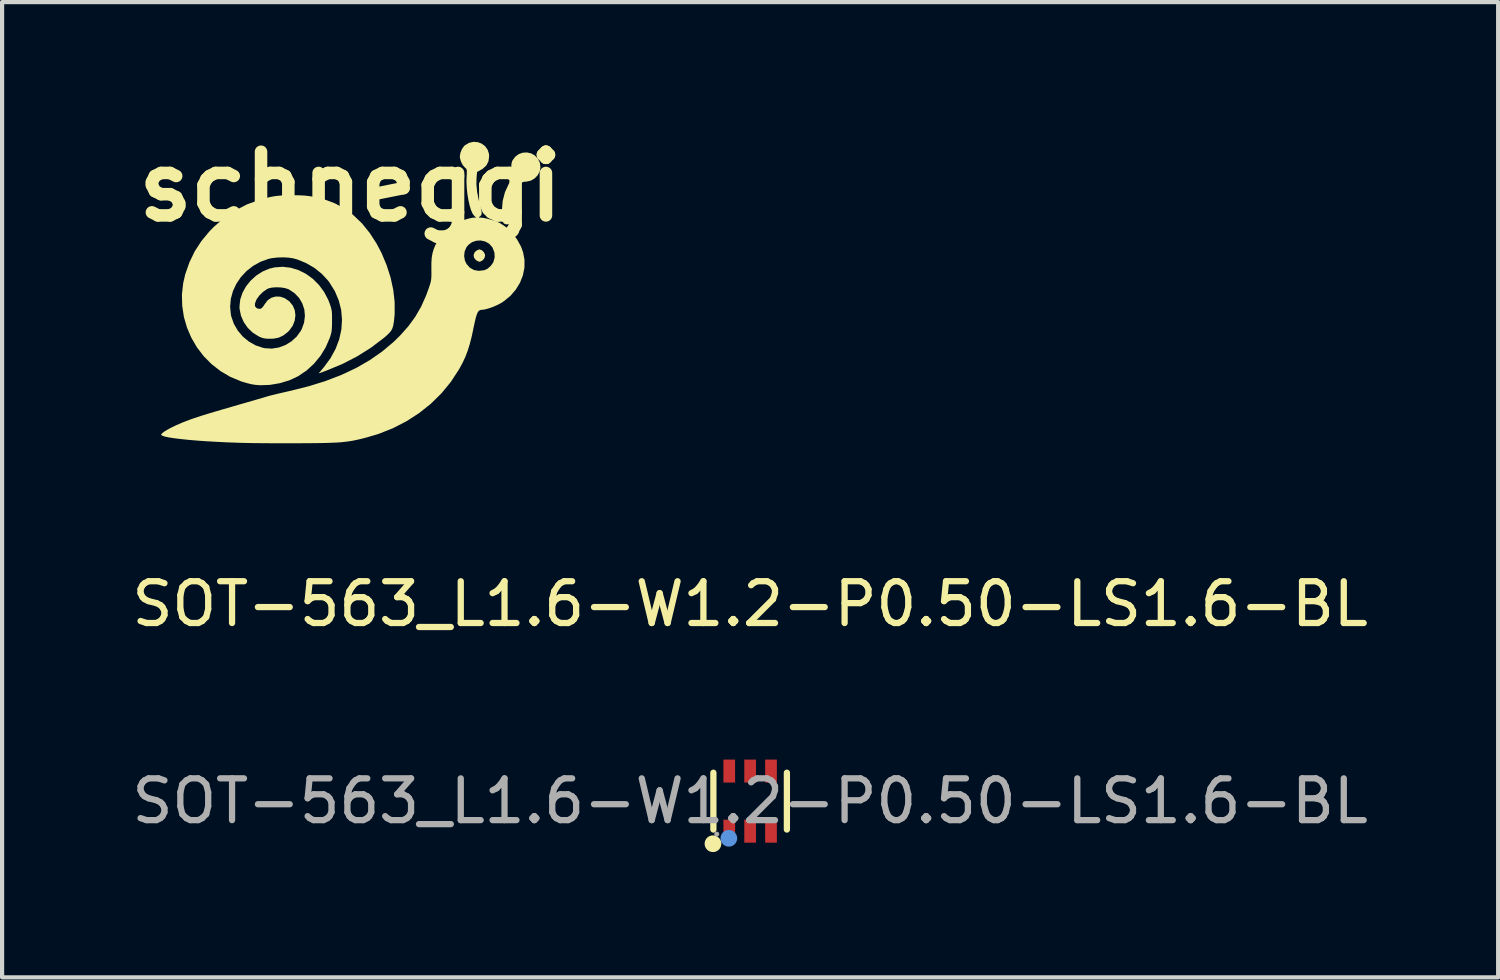
<source format=kicad_pcb>
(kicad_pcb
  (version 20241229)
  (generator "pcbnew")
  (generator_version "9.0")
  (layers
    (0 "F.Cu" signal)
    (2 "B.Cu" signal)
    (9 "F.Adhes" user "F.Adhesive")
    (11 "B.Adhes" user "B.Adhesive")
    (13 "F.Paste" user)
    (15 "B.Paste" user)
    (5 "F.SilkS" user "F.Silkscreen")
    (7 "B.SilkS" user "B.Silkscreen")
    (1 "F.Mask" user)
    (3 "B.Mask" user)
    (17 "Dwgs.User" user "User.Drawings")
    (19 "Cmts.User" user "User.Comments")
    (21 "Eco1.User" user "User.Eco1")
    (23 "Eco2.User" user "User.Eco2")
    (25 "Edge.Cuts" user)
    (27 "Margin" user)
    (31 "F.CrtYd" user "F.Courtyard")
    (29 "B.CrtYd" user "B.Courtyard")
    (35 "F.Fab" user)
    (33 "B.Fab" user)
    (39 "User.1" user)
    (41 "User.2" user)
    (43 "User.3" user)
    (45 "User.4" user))
  (footprint "schneggi"
    (layer "F.Cu")
    (at 5.341 3.958)
    (property "Reference" "schneggi" (at 0 -2.54 0) (layer "F.SilkS") (effects (font (size 1.524 1.524) (thickness 0.3))))
    (attr board_only exclude_from_pos_files exclude_from_bom)
    (fp_poly (pts (xy 3.144 -1.018) (xy 3.192 -0.974) (xy 3.221 -0.915) (xy 3.224 -0.889) (xy 3.208 -0.828) (xy 3.166 -0.776) (xy 3.112 -0.746) (xy 3.087 -0.742) (xy 3.049 -0.754) (xy 3.003 -0.782) (xy 3.002 -0.783) (xy 2.959 -0.838) (xy 2.949 -0.903) (xy 2.973 -0.964) (xy 3.002 -0.995) (xy 3.047 -1.023) (xy 3.086 -1.036) (xy 3.087 -1.036)) (stroke (width 0) (type solid)) (fill yes) (layer "F.SilkS"))
    (fp_poly (pts (xy 4.324 -3.336) (xy 4.413 -3.287) (xy 4.486 -3.21) (xy 4.534 -3.113) (xy 4.55 -3.007) (xy 4.532 -2.905) (xy 4.484 -2.813) (xy 4.412 -2.737) (xy 4.321 -2.683) (xy 4.214 -2.659) (xy 4.191 -2.658) (xy 4.144 -2.654) (xy 4.111 -2.639) (xy 4.079 -2.605) (xy 4.048 -2.562) (xy 3.953 -2.389) (xy 3.89 -2.198) (xy 3.86 -1.997) (xy 3.862 -1.84) (xy 3.865 -1.755) (xy 3.858 -1.701) (xy 3.846 -1.677) (xy 3.792 -1.64) (xy 3.728 -1.636) (xy 3.697 -1.646) (xy 3.668 -1.666) (xy 3.647 -1.699) (xy 3.634 -1.751) (xy 3.628 -1.828) (xy 3.626 -1.935) (xy 3.626 -1.973) (xy 3.645 -2.196) (xy 3.699 -2.405) (xy 3.787 -2.596) (xy 3.864 -2.713) (xy 3.894 -2.757) (xy 3.902 -2.788) (xy 3.891 -2.824) (xy 3.881 -2.846) (xy 3.858 -2.922) (xy 3.85 -3.012) (xy 3.857 -3.099) (xy 3.877 -3.161) (xy 3.944 -3.254) (xy 4.029 -3.318) (xy 4.126 -3.352) (xy 4.226 -3.358)) (stroke (width 0) (type solid)) (fill yes) (layer "F.SilkS"))
    (fp_poly (pts (xy -1.232 -2.332) (xy -1.084 -2.324) (xy -0.951 -2.308) (xy -0.819 -2.284) (xy -0.679 -2.249) (xy -0.626 -2.234) (xy -0.378 -2.142) (xy -0.144 -2.015) (xy 0.075 -1.852) (xy 0.278 -1.657) (xy 0.463 -1.428) (xy 0.63 -1.168) (xy 0.743 -0.953) (xy 0.866 -0.66) (xy 0.961 -0.364) (xy 1.025 -0.069) (xy 1.058 0.218) (xy 1.059 0.494) (xy 1.054 0.563) (xy 1.041 0.687) (xy 1.026 0.78) (xy 1.005 0.852) (xy 0.974 0.912) (xy 0.927 0.968) (xy 0.862 1.03) (xy 0.796 1.086) (xy 0.493 1.316) (xy 0.16 1.525) (xy -0.199 1.71) (xy -0.582 1.868) (xy -0.62 1.882) (xy -0.761 1.933) (xy -0.636 1.784) (xy -0.478 1.569) (xy -0.355 1.344) (xy -0.268 1.114) (xy -0.217 0.88) (xy -0.202 0.645) (xy -0.222 0.413) (xy -0.28 0.185) (xy -0.373 -0.036) (xy -0.504 -0.246) (xy -0.541 -0.296) (xy -0.689 -0.454) (xy -0.864 -0.594) (xy -1.059 -0.708) (xy -1.266 -0.793) (xy -1.368 -0.822) (xy -1.479 -0.839) (xy -1.612 -0.846) (xy -1.751 -0.842) (xy -1.88 -0.827) (xy -1.954 -0.812) (xy -2.15 -0.742) (xy -2.328 -0.643) (xy -2.486 -0.52) (xy -2.622 -0.375) (xy -2.731 -0.214) (xy -2.813 -0.039) (xy -2.864 0.145) (xy -2.881 0.334) (xy -2.863 0.524) (xy -2.854 0.567) (xy -2.792 0.745) (xy -2.698 0.907) (xy -2.577 1.051) (xy -2.432 1.17) (xy -2.27 1.262) (xy -2.094 1.32) (xy -2.051 1.329) (xy -1.883 1.339) (xy -1.717 1.313) (xy -1.558 1.254) (xy -1.413 1.166) (xy -1.288 1.052) (xy -1.189 0.915) (xy -1.166 0.872) (xy -1.11 0.716) (xy -1.09 0.558) (xy -1.104 0.404) (xy -1.152 0.258) (xy -1.23 0.125) (xy -1.338 0.012) (xy -1.473 -0.078) (xy -1.483 -0.083) (xy -1.563 -0.109) (xy -1.663 -0.125) (xy -1.771 -0.13) (xy -1.874 -0.123) (xy -1.959 -0.104) (xy -1.989 -0.091) (xy -2.089 -0.023) (xy -2.179 0.065) (xy -2.247 0.16) (xy -2.258 0.183) (xy -2.287 0.265) (xy -2.285 0.324) (xy -2.252 0.364) (xy -2.219 0.38) (xy -2.168 0.389) (xy -2.124 0.37) (xy -2.082 0.321) (xy -2.054 0.276) (xy -1.983 0.182) (xy -1.893 0.121) (xy -1.791 0.092) (xy -1.682 0.095) (xy -1.573 0.132) (xy -1.469 0.203) (xy -1.459 0.212) (xy -1.379 0.311) (xy -1.332 0.424) (xy -1.318 0.546) (xy -1.335 0.671) (xy -1.383 0.792) (xy -1.462 0.903) (xy -1.505 0.946) (xy -1.61 1.026) (xy -1.716 1.076) (xy -1.836 1.1) (xy -1.925 1.103) (xy -2.014 1.101) (xy -2.081 1.091) (xy -2.143 1.071) (xy -2.198 1.046) (xy -2.339 0.957) (xy -2.46 0.841) (xy -2.555 0.703) (xy -2.621 0.552) (xy -2.654 0.392) (xy -2.657 0.331) (xy -2.639 0.165) (xy -2.585 0.003) (xy -2.501 -0.15) (xy -2.39 -0.288) (xy -2.257 -0.409) (xy -2.106 -0.506) (xy -1.94 -0.576) (xy -1.815 -0.606) (xy -1.621 -0.62) (xy -1.428 -0.597) (xy -1.242 -0.54) (xy -1.065 -0.451) (xy -0.902 -0.333) (xy -0.757 -0.189) (xy -0.632 -0.02) (xy -0.532 0.17) (xy -0.5 0.252) (xy -0.475 0.325) (xy -0.458 0.386) (xy -0.447 0.445) (xy -0.442 0.514) (xy -0.441 0.605) (xy -0.441 0.674) (xy -0.442 0.785) (xy -0.446 0.868) (xy -0.454 0.935) (xy -0.468 0.997) (xy -0.489 1.064) (xy -0.496 1.084) (xy -0.593 1.309) (xy -0.721 1.517) (xy -0.876 1.704) (xy -1.054 1.866) (xy -1.251 1.999) (xy -1.462 2.098) (xy -1.695 2.168) (xy -1.932 2.208) (xy -2.164 2.216) (xy -2.284 2.206) (xy -2.368 2.192) (xy -2.472 2.167) (xy -2.577 2.137) (xy -2.619 2.123) (xy -2.876 2.016) (xy -3.112 1.877) (xy -3.325 1.711) (xy -3.513 1.521) (xy -3.675 1.31) (xy -3.809 1.08) (xy -3.914 0.836) (xy -3.988 0.58) (xy -4.028 0.315) (xy -4.035 0.045) (xy -4.005 -0.228) (xy -3.955 -0.444) (xy -3.855 -0.728) (xy -3.728 -0.991) (xy -3.568 -1.237) (xy -3.375 -1.47) (xy -3.273 -1.574) (xy -3.032 -1.785) (xy -2.768 -1.964) (xy -2.484 -2.111) (xy -2.18 -2.224) (xy -1.933 -2.288) (xy -1.836 -2.307) (xy -1.741 -2.32) (xy -1.637 -2.328) (xy -1.514 -2.332) (xy -1.407 -2.333)) (stroke (width 0) (type solid)) (fill yes) (layer "F.SilkS"))
    (fp_poly (pts (xy 3.049 -3.604) (xy 3.144 -3.568) (xy 3.224 -3.508) (xy 3.284 -3.425) (xy 3.317 -3.323) (xy 3.321 -3.265) (xy 3.305 -3.147) (xy 3.255 -3.048) (xy 3.171 -2.969) (xy 3.129 -2.944) (xy 3.032 -2.891) (xy 3.019 -2.75) (xy 3.016 -2.591) (xy 3.034 -2.411) (xy 3.071 -2.22) (xy 3.098 -2.118) (xy 3.126 -2.014) (xy 3.141 -1.94) (xy 3.142 -1.89) (xy 3.13 -1.855) (xy 3.104 -1.829) (xy 3.102 -1.828) (xy 3.074 -1.807) (xy 3.078 -1.799) (xy 3.117 -1.798) (xy 3.119 -1.798) (xy 3.19 -1.79) (xy 3.284 -1.77) (xy 3.387 -1.741) (xy 3.486 -1.708) (xy 3.568 -1.673) (xy 3.581 -1.666) (xy 3.732 -1.565) (xy 3.869 -1.433) (xy 3.988 -1.278) (xy 4.082 -1.108) (xy 4.134 -0.967) (xy 4.168 -0.784) (xy 4.166 -0.599) (xy 4.129 -0.416) (xy 4.06 -0.239) (xy 3.96 -0.075) (xy 3.832 0.074) (xy 3.677 0.202) (xy 3.599 0.252) (xy 3.504 0.301) (xy 3.399 0.346) (xy 3.294 0.381) (xy 3.202 0.404) (xy 3.145 0.41) (xy 3.107 0.416) (xy 3.075 0.434) (xy 3.047 0.471) (xy 3.022 0.531) (xy 2.997 0.617) (xy 2.97 0.735) (xy 2.951 0.824) (xy 2.906 1.039) (xy 2.859 1.223) (xy 2.809 1.385) (xy 2.753 1.533) (xy 2.687 1.675) (xy 2.609 1.82) (xy 2.596 1.842) (xy 2.402 2.138) (xy 2.177 2.412) (xy 1.923 2.661) (xy 1.643 2.884) (xy 1.339 3.08) (xy 1.013 3.247) (xy 0.667 3.384) (xy 0.381 3.468) (xy 0.268 3.497) (xy 0.167 3.521) (xy 0.071 3.541) (xy -0.022 3.557) (xy -0.119 3.57) (xy -0.223 3.581) (xy -0.339 3.589) (xy -0.471 3.594) (xy -0.625 3.599) (xy -0.804 3.602) (xy -1.014 3.604) (xy -1.241 3.605) (xy -1.451 3.606) (xy -1.667 3.606) (xy -1.882 3.605) (xy -2.09 3.604) (xy -2.284 3.602) (xy -2.456 3.599) (xy -2.6 3.596) (xy -2.667 3.594) (xy -2.943 3.584) (xy -3.205 3.571) (xy -3.451 3.557) (xy -3.678 3.541) (xy -3.884 3.523) (xy -4.066 3.504) (xy -4.221 3.485) (xy -4.348 3.465) (xy -4.444 3.445) (xy -4.506 3.424) (xy -4.532 3.404) (xy -4.533 3.4) (xy -4.515 3.371) (xy -4.466 3.331) (xy -4.389 3.284) (xy -4.29 3.23) (xy -4.174 3.174) (xy -4.044 3.118) (xy -4.011 3.104) (xy -3.928 3.072) (xy -3.844 3.04) (xy -3.756 3.009) (xy -3.658 2.976) (xy -3.546 2.94) (xy -3.416 2.9) (xy -3.263 2.854) (xy -3.082 2.801) (xy -2.87 2.74) (xy -2.814 2.723) (xy -2.648 2.675) (xy -2.489 2.629) (xy -2.342 2.587) (xy -2.213 2.549) (xy -2.106 2.518) (xy -2.026 2.494) (xy -1.978 2.48) (xy -1.977 2.48) (xy -1.92 2.464) (xy -1.833 2.442) (xy -1.724 2.416) (xy -1.6 2.387) (xy -1.472 2.358) (xy -1.455 2.354) (xy -1.007 2.242) (xy -0.592 2.113) (xy -0.21 1.966) (xy 0.142 1.8) (xy 0.464 1.614) (xy 0.76 1.408) (xy 1.03 1.181) (xy 1.184 1.031) (xy 1.384 0.807) (xy 1.551 0.579) (xy 1.691 0.337) (xy 1.809 0.073) (xy 1.87 -0.093) (xy 1.899 -0.179) (xy 1.919 -0.246) (xy 1.931 -0.305) (xy 1.937 -0.368) (xy 1.939 -0.445) (xy 1.938 -0.548) (xy 1.938 -0.567) (xy 1.938 -0.719) (xy 1.947 -0.844) (xy 1.953 -0.878) (xy 2.722 -0.878) (xy 2.741 -0.768) (xy 2.779 -0.688) (xy 2.859 -0.598) (xy 2.957 -0.543) (xy 3.072 -0.523) (xy 3.202 -0.538) (xy 3.214 -0.541) (xy 3.285 -0.576) (xy 3.354 -0.636) (xy 3.41 -0.711) (xy 3.424 -0.738) (xy 3.454 -0.852) (xy 3.446 -0.967) (xy 3.403 -1.077) (xy 3.393 -1.093) (xy 3.318 -1.175) (xy 3.224 -1.227) (xy 3.12 -1.25) (xy 3.014 -1.244) (xy 2.913 -1.21) (xy 2.825 -1.146) (xy 2.779 -1.09) (xy 2.735 -0.99) (xy 2.722 -0.878) (xy 1.953 -0.878) (xy 1.966 -0.952) (xy 1.997 -1.054) (xy 2.043 -1.161) (xy 2.057 -1.191) (xy 2.132 -1.312) (xy 2.234 -1.433) (xy 2.353 -1.544) (xy 2.478 -1.635) (xy 2.53 -1.664) (xy 2.625 -1.707) (xy 2.73 -1.745) (xy 2.834 -1.776) (xy 2.923 -1.794) (xy 2.967 -1.798) (xy 3.011 -1.798) (xy 2.962 -1.841) (xy 2.923 -1.896) (xy 2.885 -1.982) (xy 2.852 -2.094) (xy 2.823 -2.223) (xy 2.8 -2.364) (xy 2.785 -2.509) (xy 2.778 -2.651) (xy 2.781 -2.762) (xy 2.786 -2.851) (xy 2.787 -2.909) (xy 2.783 -2.945) (xy 2.771 -2.969) (xy 2.752 -2.988) (xy 2.742 -2.995) (xy 2.689 -3.056) (xy 2.647 -3.138) (xy 2.622 -3.225) (xy 2.619 -3.263) (xy 2.633 -3.349) (xy 2.669 -3.437) (xy 2.72 -3.51) (xy 2.744 -3.532) (xy 2.843 -3.589) (xy 2.947 -3.612)) (stroke (width 0) (type solid)) (fill yes) (layer "F.SilkS")))
  (footprint "SOT-563_L1.6-W1.2-P0.50-LS1.6-BL"
    (layer "F.Cu")
    (at 14.911 16.132)
    (property "Reference" "SOT-563_L1.6-W1.2-P0.50-LS1.6-BL" (at 0 -4.72 0) (layer "F.SilkS") (effects (font (size 1 1) (thickness 0.15))))
    (attr smd)
    (fp_line (start -0.88 0.68) (end -0.88 -0.68) (stroke (width 0.15) (type solid)) (layer "F.SilkS"))
    (fp_line (start 0.88 0.68) (end 0.88 -0.68) (stroke (width 0.15) (type solid)) (layer "F.SilkS"))
    (fp_circle (center -0.89 1.02) (end -0.79 1.02) (stroke (width 0.2) (type solid)) (fill no) (layer "F.SilkS"))
    (fp_circle (center -0.51 0.89) (end -0.41 0.89) (stroke (width 0.2) (type solid)) (fill no) (layer "Cmts.User"))
    (fp_circle (center -0.8 0.79) (end -0.77 0.79) (stroke (width 0.06) (type solid)) (fill no) (layer "F.Fab"))
    (fp_text user "${REFERENCE}" (at 0 0 0) (layer "F.Fab") (effects (font (size 1 1) (thickness 0.15))))
    (pad "1" smd rect (at -0.5 0.72) (size 0.28 0.55) (layers "F.Cu" "F.Mask" "F.Paste"))
    (pad "2" smd rect (at 0 0.72) (size 0.28 0.55) (layers "F.Cu" "F.Mask" "F.Paste"))
    (pad "3" smd rect (at 0.5 0.72) (size 0.28 0.55) (layers "F.Cu" "F.Mask" "F.Paste"))
    (pad "4" smd rect (at 0.5 -0.72) (size 0.28 0.55) (layers "F.Cu" "F.Mask" "F.Paste"))
    (pad "5" smd rect (at 0 -0.72) (size 0.28 0.55) (layers "F.Cu" "F.Mask" "F.Paste"))
    (pad "6" smd rect (at -0.5 -0.72) (size 0.28 0.55) (layers "F.Cu" "F.Mask" "F.Paste")))
  (gr_rect
    (start -3 -3)
    (end 32.821 20.352)
    (stroke (width 0.1) (type default))
    (fill no)
    (layer "Edge.Cuts")))
</source>
